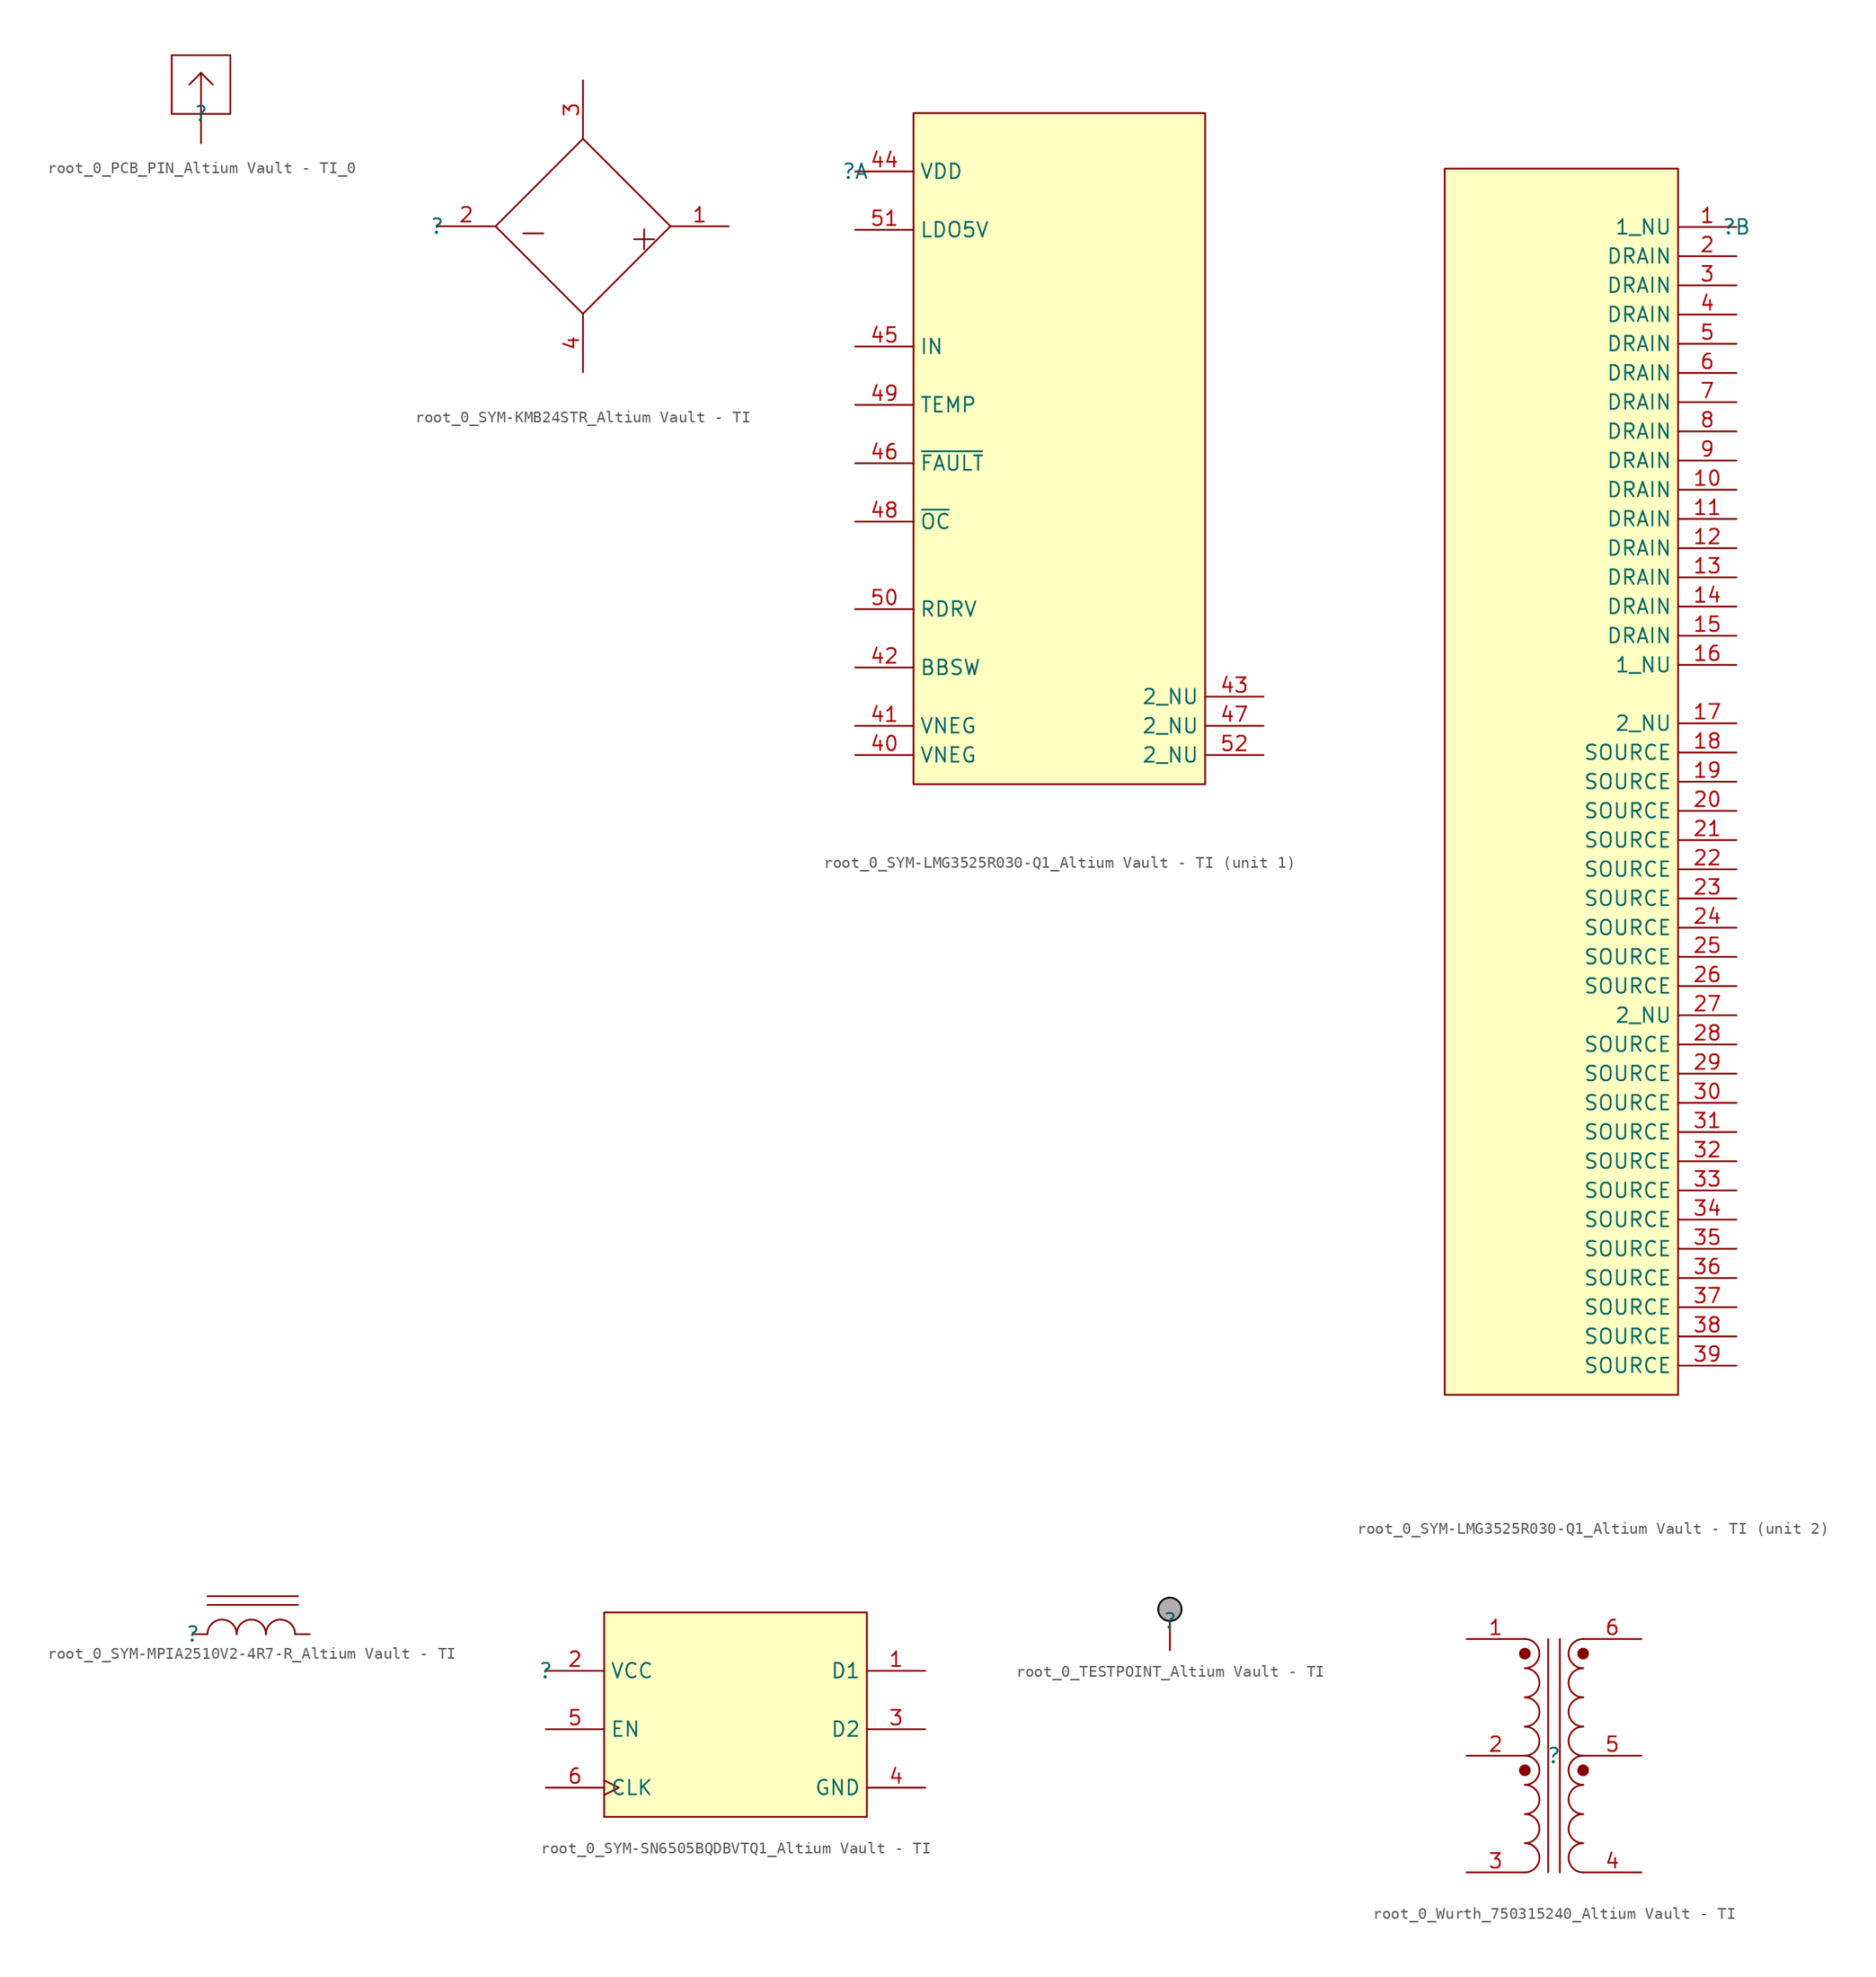
<source format=kicad_sym>
(kicad_symbol_lib
  (version 20241209)
  (generator "kicad_symbol_editor")
  (generator_version "9.0")
  (symbol "root_0_PCB_PIN_Altium Vault - TI_0"
    (pin_numbers
      (hide yes))
    (pin_names
      (hide yes))
    (property "Reference" ""
      (at 0 0 0)
      (effects (font (size 1.27 1.27))))
    (property "Value" ""
      (at 0 0 0)
      (effects (font (size 1.27 1.27))))
    (symbol "root_0_PCB_PIN_Altium Vault - TI_0_1_0"
      (polyline (pts (xy -2.54 0) (xy 2.54 0) (xy 2.54 5.08) (xy -2.54 5.08) (xy -2.54 0)) (stroke (width 0) (type solid)) (fill (type none)))
      (polyline (pts (xy 0 3.556) (xy -1.016 2.54)) (stroke (width 0) (type solid)) (fill (type none)))
      (polyline (pts (xy 0 3.556) (xy 1.016 2.54)) (stroke (width 0) (type solid)) (fill (type none)))
      (polyline (pts (xy 0 0) (xy 0 3.556)) (stroke (width 0) (type solid)) (fill (type none)))
      (pin passive line (at 0 -2.54 90) (length 2.54) (name "" (effects (font (size 1.27 1.27)))) (number "1" (effects (font (size 1.27 1.27)))))))
  (symbol "root_0_SYM-KMB24STR_Altium Vault - TI"
    (pin_names
      (hide yes))
    (property "Reference" ""
      (at 0 0 0)
      (effects (font (size 1.27 1.27))))
    (property "Value" ""
      (at 0 0 0)
      (effects (font (size 1.27 1.27))))
    (symbol "root_0_SYM-KMB24STR_Altium Vault - TI_1_0"
      (polyline (pts (xy 5.08 0) (xy 12.7 7.62)) (stroke (width 0) (type solid)) (fill (type none)))
      (polyline (pts (xy 12.7 7.62) (xy 20.32 0)) (stroke (width 0) (type solid)) (fill (type none)))
      (polyline (pts (xy 12.7 -7.62) (xy 5.08 0)) (stroke (width 0) (type solid)) (fill (type none)))
      (polyline (pts (xy 20.32 0) (xy 12.7 -7.62)) (stroke (width 0) (type solid)) (fill (type none)))
      (text "-" (at 6.858 -1.778 0) (effects (font (size 2.286 2.286)) (justify left bottom)))
      (text "~" (at 11.43 3.048 0) (effects (font (size 2.286 2.286)) (justify left bottom)))
      (text "~" (at 11.684 -7.112 0) (effects (font (size 2.286 2.286)) (justify left bottom)))
      (text "+" (at 16.51 -2.286 0) (effects (font (size 2.286 2.286)) (justify left bottom)))
      (pin passive line (at 0 0 0) (length 5.08) (name "+" (effects (font (size 1.27 1.27)))) (number "2" (effects (font (size 1.27 1.27)))))
      (pin passive line (at 12.7 12.7 270) (length 5.08) (name "1_~" (effects (font (size 1.27 1.27)))) (number "3" (effects (font (size 1.27 1.27)))))
      (pin passive line (at 12.7 -12.7 90) (length 5.08) (name "2_~" (effects (font (size 1.27 1.27)))) (number "4" (effects (font (size 1.27 1.27)))))
      (pin passive line (at 25.4 0 180) (length 5.08) (name "-" (effects (font (size 1.27 1.27)))) (number "1" (effects (font (size 1.27 1.27)))))))
  (symbol "root_0_SYM-LMG3525R030-Q1_Altium Vault - TI"
    (property "Reference" ""
      (at 0 0 0)
      (effects (font (size 1.27 1.27))))
    (property "Value" ""
      (at 0 0 0)
      (effects (font (size 1.27 1.27))))
    (symbol "root_0_SYM-LMG3525R030-Q1_Altium Vault - TI_1_0"
      (rectangle (start 30.48 5.08) (end 5.08 -53.34) (stroke (width 0) (type solid) (color 128 0 0 1)) (fill (type background)))
      (pin power_in line (at 0 0 0) (length 5.08) (name "VDD" (effects (font (size 1.27 1.27)))) (number "44" (effects (font (size 1.27 1.27)))))
      (pin passive line (at 0 -5.08 0) (length 5.08) (name "LDO5V" (effects (font (size 1.27 1.27)))) (number "51" (effects (font (size 1.27 1.27)))))
      (pin passive line (at 0 -15.24 0) (length 5.08) (name "IN" (effects (font (size 1.27 1.27)))) (number "45" (effects (font (size 1.27 1.27)))))
      (pin passive line (at 0 -20.32 0) (length 5.08) (name "TEMP" (effects (font (size 1.27 1.27)))) (number "49" (effects (font (size 1.27 1.27)))))
      (pin output line (at 0 -25.4 0) (length 5.08) (name "~{FAULT}" (effects (font (size 1.27 1.27)))) (number "46" (effects (font (size 1.27 1.27)))))
      (pin output line (at 0 -30.48 0) (length 5.08) (name "~{OC}" (effects (font (size 1.27 1.27)))) (number "48" (effects (font (size 1.27 1.27)))))
      (pin passive line (at 0 -38.1 0) (length 5.08) (name "RDRV" (effects (font (size 1.27 1.27)))) (number "50" (effects (font (size 1.27 1.27)))))
      (pin passive line (at 0 -43.18 0) (length 5.08) (name "BBSW" (effects (font (size 1.27 1.27)))) (number "42" (effects (font (size 1.27 1.27)))))
      (pin passive line (at 0 -48.26 0) (length 5.08) (name "VNEG" (effects (font (size 1.27 1.27)))) (number "41" (effects (font (size 1.27 1.27)))))
      (pin passive line (at 0 -50.8 0) (length 5.08) (name "VNEG" (effects (font (size 1.27 1.27)))) (number "40" (effects (font (size 1.27 1.27)))))
      (pin passive line (at 35.56 -45.72 180) (length 5.08) (name "2_NU" (effects (font (size 1.27 1.27)))) (number "43" (effects (font (size 1.27 1.27)))))
      (pin passive line (at 35.56 -48.26 180) (length 5.08) (name "2_NU" (effects (font (size 1.27 1.27)))) (number "47" (effects (font (size 1.27 1.27)))))
      (pin passive line (at 35.56 -50.8 180) (length 5.08) (name "2_NU" (effects (font (size 1.27 1.27)))) (number "52" (effects (font (size 1.27 1.27))))))
    (symbol "root_0_SYM-LMG3525R030-Q1_Altium Vault - TI_2_0"
      (rectangle (start -5.08 5.08) (end -25.4 -101.6) (stroke (width 0) (type solid) (color 128 0 0 1)) (fill (type background)))
      (pin passive line (at 0 0 180) (length 5.08) (name "1_NU" (effects (font (size 1.27 1.27)))) (number "1" (effects (font (size 1.27 1.27)))))
      (pin passive line (at 0 -2.54 180) (length 5.08) (name "DRAIN" (effects (font (size 1.27 1.27)))) (number "2" (effects (font (size 1.27 1.27)))))
      (pin passive line (at 0 -5.08 180) (length 5.08) (name "DRAIN" (effects (font (size 1.27 1.27)))) (number "3" (effects (font (size 1.27 1.27)))))
      (pin passive line (at 0 -7.62 180) (length 5.08) (name "DRAIN" (effects (font (size 1.27 1.27)))) (number "4" (effects (font (size 1.27 1.27)))))
      (pin passive line (at 0 -10.16 180) (length 5.08) (name "DRAIN" (effects (font (size 1.27 1.27)))) (number "5" (effects (font (size 1.27 1.27)))))
      (pin passive line (at 0 -12.7 180) (length 5.08) (name "DRAIN" (effects (font (size 1.27 1.27)))) (number "6" (effects (font (size 1.27 1.27)))))
      (pin passive line (at 0 -15.24 180) (length 5.08) (name "DRAIN" (effects (font (size 1.27 1.27)))) (number "7" (effects (font (size 1.27 1.27)))))
      (pin passive line (at 0 -17.78 180) (length 5.08) (name "DRAIN" (effects (font (size 1.27 1.27)))) (number "8" (effects (font (size 1.27 1.27)))))
      (pin passive line (at 0 -20.32 180) (length 5.08) (name "DRAIN" (effects (font (size 1.27 1.27)))) (number "9" (effects (font (size 1.27 1.27)))))
      (pin passive line (at 0 -22.86 180) (length 5.08) (name "DRAIN" (effects (font (size 1.27 1.27)))) (number "10" (effects (font (size 1.27 1.27)))))
      (pin passive line (at 0 -25.4 180) (length 5.08) (name "DRAIN" (effects (font (size 1.27 1.27)))) (number "11" (effects (font (size 1.27 1.27)))))
      (pin passive line (at 0 -27.94 180) (length 5.08) (name "DRAIN" (effects (font (size 1.27 1.27)))) (number "12" (effects (font (size 1.27 1.27)))))
      (pin passive line (at 0 -30.48 180) (length 5.08) (name "DRAIN" (effects (font (size 1.27 1.27)))) (number "13" (effects (font (size 1.27 1.27)))))
      (pin passive line (at 0 -33.02 180) (length 5.08) (name "DRAIN" (effects (font (size 1.27 1.27)))) (number "14" (effects (font (size 1.27 1.27)))))
      (pin passive line (at 0 -35.56 180) (length 5.08) (name "DRAIN" (effects (font (size 1.27 1.27)))) (number "15" (effects (font (size 1.27 1.27)))))
      (pin passive line (at 0 -38.1 180) (length 5.08) (name "1_NU" (effects (font (size 1.27 1.27)))) (number "16" (effects (font (size 1.27 1.27)))))
      (pin passive line (at 0 -43.18 180) (length 5.08) (name "2_NU" (effects (font (size 1.27 1.27)))) (number "17" (effects (font (size 1.27 1.27)))))
      (pin passive line (at 0 -45.72 180) (length 5.08) (name "SOURCE" (effects (font (size 1.27 1.27)))) (number "18" (effects (font (size 1.27 1.27)))))
      (pin passive line (at 0 -48.26 180) (length 5.08) (name "SOURCE" (effects (font (size 1.27 1.27)))) (number "19" (effects (font (size 1.27 1.27)))))
      (pin passive line (at 0 -50.8 180) (length 5.08) (name "SOURCE" (effects (font (size 1.27 1.27)))) (number "20" (effects (font (size 1.27 1.27)))))
      (pin passive line (at 0 -53.34 180) (length 5.08) (name "SOURCE" (effects (font (size 1.27 1.27)))) (number "21" (effects (font (size 1.27 1.27)))))
      (pin passive line (at 0 -55.88 180) (length 5.08) (name "SOURCE" (effects (font (size 1.27 1.27)))) (number "22" (effects (font (size 1.27 1.27)))))
      (pin passive line (at 0 -58.42 180) (length 5.08) (name "SOURCE" (effects (font (size 1.27 1.27)))) (number "23" (effects (font (size 1.27 1.27)))))
      (pin passive line (at 0 -60.96 180) (length 5.08) (name "SOURCE" (effects (font (size 1.27 1.27)))) (number "24" (effects (font (size 1.27 1.27)))))
      (pin passive line (at 0 -63.5 180) (length 5.08) (name "SOURCE" (effects (font (size 1.27 1.27)))) (number "25" (effects (font (size 1.27 1.27)))))
      (pin passive line (at 0 -66.04 180) (length 5.08) (name "SOURCE" (effects (font (size 1.27 1.27)))) (number "26" (effects (font (size 1.27 1.27)))))
      (pin passive line (at 0 -68.58 180) (length 5.08) (name "2_NU" (effects (font (size 1.27 1.27)))) (number "27" (effects (font (size 1.27 1.27)))))
      (pin passive line (at 0 -71.12 180) (length 5.08) (name "SOURCE" (effects (font (size 1.27 1.27)))) (number "28" (effects (font (size 1.27 1.27)))))
      (pin passive line (at 0 -73.66 180) (length 5.08) (name "SOURCE" (effects (font (size 1.27 1.27)))) (number "29" (effects (font (size 1.27 1.27)))))
      (pin passive line (at 0 -76.2 180) (length 5.08) (name "SOURCE" (effects (font (size 1.27 1.27)))) (number "30" (effects (font (size 1.27 1.27)))))
      (pin passive line (at 0 -78.74 180) (length 5.08) (name "SOURCE" (effects (font (size 1.27 1.27)))) (number "31" (effects (font (size 1.27 1.27)))))
      (pin passive line (at 0 -81.28 180) (length 5.08) (name "SOURCE" (effects (font (size 1.27 1.27)))) (number "32" (effects (font (size 1.27 1.27)))))
      (pin passive line (at 0 -83.82 180) (length 5.08) (name "SOURCE" (effects (font (size 1.27 1.27)))) (number "33" (effects (font (size 1.27 1.27)))))
      (pin passive line (at 0 -86.36 180) (length 5.08) (name "SOURCE" (effects (font (size 1.27 1.27)))) (number "34" (effects (font (size 1.27 1.27)))))
      (pin passive line (at 0 -88.9 180) (length 5.08) (name "SOURCE" (effects (font (size 1.27 1.27)))) (number "35" (effects (font (size 1.27 1.27)))))
      (pin passive line (at 0 -91.44 180) (length 5.08) (name "SOURCE" (effects (font (size 1.27 1.27)))) (number "36" (effects (font (size 1.27 1.27)))))
      (pin passive line (at 0 -93.98 180) (length 5.08) (name "SOURCE" (effects (font (size 1.27 1.27)))) (number "37" (effects (font (size 1.27 1.27)))))
      (pin passive line (at 0 -96.52 180) (length 5.08) (name "SOURCE" (effects (font (size 1.27 1.27)))) (number "38" (effects (font (size 1.27 1.27)))))
      (pin passive line (at 0 -99.06 180) (length 5.08) (name "SOURCE" (effects (font (size 1.27 1.27)))) (number "39" (effects (font (size 1.27 1.27)))))))
  (symbol "root_0_SYM-MPIA2510V2-4R7-R_Altium Vault - TI"
    (pin_numbers
      (hide yes))
    (pin_names
      (hide yes))
    (property "Reference" ""
      (at 0 0 0)
      (effects (font (size 1.27 1.27))))
    (property "Value" ""
      (at 0 0 0)
      (effects (font (size 1.27 1.27))))
    (symbol "root_0_SYM-MPIA2510V2-4R7-R_Altium Vault - TI_1_0"
      (polyline (pts (xy 1.27 2.54) (xy 9.144 2.54)) (stroke (width 0) (type solid)) (fill (type none)))
      (arc (start 1.27 0) (mid 2.54 1.27) (end 3.81 0) (stroke (width 0) (type solid)) (fill (type none)))
      (arc (start 3.81 0) (mid 5.08 1.27) (end 6.35 0) (stroke (width 0) (type solid)) (fill (type none)))
      (arc (start 6.35 0) (mid 7.62 1.27) (end 8.89 0) (stroke (width 0) (type solid)) (fill (type none)))
      (polyline (pts (xy 9.144 3.302) (xy 1.27 3.302)) (stroke (width 0) (type solid)) (fill (type none)))
      (pin passive line (at 0 0 0) (length 1.27) (name "1" (effects (font (size 1.27 1.27)))) (number "1" (effects (font (size 1.27 1.27)))))
      (pin passive line (at 10.16 0 180) (length 1.27) (name "2" (effects (font (size 1.27 1.27)))) (number "2" (effects (font (size 1.27 1.27)))))))
  (symbol "root_0_SYM-SN6505BQDBVTQ1_Altium Vault - TI"
    (property "Reference" ""
      (at 0 0 0)
      (effects (font (size 1.27 1.27))))
    (property "Value" ""
      (at 0 0 0)
      (effects (font (size 1.27 1.27))))
    (symbol "root_0_SYM-SN6505BQDBVTQ1_Altium Vault - TI_1_0"
      (rectangle (start 27.94 5.08) (end 5.08 -12.7) (stroke (width 0) (type solid) (color 128 0 0 1)) (fill (type background)))
      (pin power_in line (at 0 0 0) (length 5.08) (name "VCC" (effects (font (size 1.27 1.27)))) (number "2" (effects (font (size 1.27 1.27)))))
      (pin input line (at 0 -5.08 0) (length 5.08) (name "EN" (effects (font (size 1.27 1.27)))) (number "5" (effects (font (size 1.27 1.27)))))
      (pin input clock (at 0 -10.16 0) (length 5.08) (name "CLK" (effects (font (size 1.27 1.27)))) (number "6" (effects (font (size 1.27 1.27)))))
      (pin passive line (at 33.02 0 180) (length 5.08) (name "D1" (effects (font (size 1.27 1.27)))) (number "1" (effects (font (size 1.27 1.27)))))
      (pin passive line (at 33.02 -5.08 180) (length 5.08) (name "D2" (effects (font (size 1.27 1.27)))) (number "3" (effects (font (size 1.27 1.27)))))
      (pin power_in line (at 33.02 -10.16 180) (length 5.08) (name "GND" (effects (font (size 1.27 1.27)))) (number "4" (effects (font (size 1.27 1.27)))))))
  (symbol "root_0_TESTPOINT_Altium Vault - TI"
    (pin_numbers
      (hide yes))
    (pin_names
      (hide yes))
    (property "Reference" ""
      (at 0 0 0)
      (effects (font (size 1.27 1.27))))
    (property "Value" ""
      (at 0 0 0)
      (effects (font (size 1.27 1.27))))
    (symbol "root_0_TESTPOINT_Altium Vault - TI_1_0"
      (circle (center 0 1.016) (radius 1.016) (stroke (width 0) (type solid) (color 0 0 0 1)) (fill (type color) (color 178 172 176 1)))
      (pin passive line (at 0 -2.54 90) (length 2.54) (name "" (effects (font (size 1.27 1.27)))) (number "1" (effects (font (size 1.27 1.27)))))))
  (symbol "root_0_Wurth_750315240_Altium Vault - TI"
    (pin_names
      (hide yes))
    (property "Reference" ""
      (at 0 0 0)
      (effects (font (size 1.27 1.27))))
    (property "Value" ""
      (at 0 0 0)
      (effects (font (size 1.27 1.27))))
    (symbol "root_0_Wurth_750315240_Altium Vault - TI_1_0"
      (arc (start -2.54 10.16) (mid -1.27 8.89) (end -2.54 7.62) (stroke (width 0) (type solid)) (fill (type none)))
      (circle (center -2.54 8.89) (radius 0.254) (stroke (width 0.508) (type solid)) (fill (type none)))
      (arc (start -2.54 7.62) (mid -1.27 6.35) (end -2.54 5.08) (stroke (width 0) (type solid)) (fill (type none)))
      (arc (start -2.54 5.08) (mid -1.27 3.81) (end -2.54 2.54) (stroke (width 0) (type solid)) (fill (type none)))
      (arc (start -2.54 2.54) (mid -1.27 1.27) (end -2.54 0) (stroke (width 0) (type solid)) (fill (type none)))
      (arc (start -2.54 0) (mid -1.27 -1.27) (end -2.54 -2.54) (stroke (width 0) (type solid)) (fill (type none)))
      (circle (center -2.54 -1.27) (radius 0.254) (stroke (width 0.508) (type solid)) (fill (type none)))
      (arc (start -2.54 -2.54) (mid -1.27 -3.81) (end -2.54 -5.08) (stroke (width 0) (type solid)) (fill (type none)))
      (arc (start -2.54 -5.08) (mid -1.27 -6.35) (end -2.54 -7.62) (stroke (width 0) (type solid)) (fill (type none)))
      (arc (start -2.54 -7.62) (mid -1.27 -8.89) (end -2.54 -10.16) (stroke (width 0) (type solid)) (fill (type none)))
      (polyline (pts (xy -0.508 10.16) (xy -0.508 -10.16)) (stroke (width 0) (type solid)) (fill (type none)))
      (polyline (pts (xy 0.508 10.16) (xy 0.508 -10.16)) (stroke (width 0) (type solid)) (fill (type none)))
      (circle (center 2.54 8.89) (radius 0.254) (stroke (width 0.508) (type solid)) (fill (type none)))
      (arc (start 2.54 7.62) (mid 1.27 8.89) (end 2.54 10.16) (stroke (width 0) (type solid)) (fill (type none)))
      (arc (start 2.54 5.08) (mid 1.27 6.35) (end 2.54 7.62) (stroke (width 0) (type solid)) (fill (type none)))
      (arc (start 2.54 2.54) (mid 1.27 3.81) (end 2.54 5.08) (stroke (width 0) (type solid)) (fill (type none)))
      (arc (start 2.54 0) (mid 1.27 1.27) (end 2.54 2.54) (stroke (width 0) (type solid)) (fill (type none)))
      (circle (center 2.54 -1.27) (radius 0.254) (stroke (width 0.508) (type solid)) (fill (type none)))
      (arc (start 2.54 -2.54) (mid 1.27 -1.27) (end 2.54 0) (stroke (width 0) (type solid)) (fill (type none)))
      (arc (start 2.54 -5.08) (mid 1.27 -3.81) (end 2.54 -2.54) (stroke (width 0) (type solid)) (fill (type none)))
      (arc (start 2.54 -7.62) (mid 1.27 -6.35) (end 2.54 -5.08) (stroke (width 0) (type solid)) (fill (type none)))
      (arc (start 2.54 -10.16) (mid 1.27 -8.89) (end 2.54 -7.62) (stroke (width 0) (type solid)) (fill (type none)))
      (pin passive line (at -7.62 10.16 0) (length 5.08) (name "1" (effects (font (size 1.27 1.27)))) (number "1" (effects (font (size 1.27 1.27)))))
      (pin passive line (at -7.62 0 0) (length 5.08) (name "2" (effects (font (size 1.27 1.27)))) (number "2" (effects (font (size 1.27 1.27)))))
      (pin passive line (at -7.62 -10.16 0) (length 5.08) (name "3" (effects (font (size 1.27 1.27)))) (number "3" (effects (font (size 1.27 1.27)))))
      (pin passive line (at 7.62 10.16 180) (length 5.08) (name "6" (effects (font (size 1.27 1.27)))) (number "6" (effects (font (size 1.27 1.27)))))
      (pin passive line (at 7.62 0 180) (length 5.08) (name "5" (effects (font (size 1.27 1.27)))) (number "5" (effects (font (size 1.27 1.27)))))
      (pin passive line (at 7.62 -10.16 180) (length 5.08) (name "4" (effects (font (size 1.27 1.27)))) (number "4" (effects (font (size 1.27 1.27))))))))
</source>
